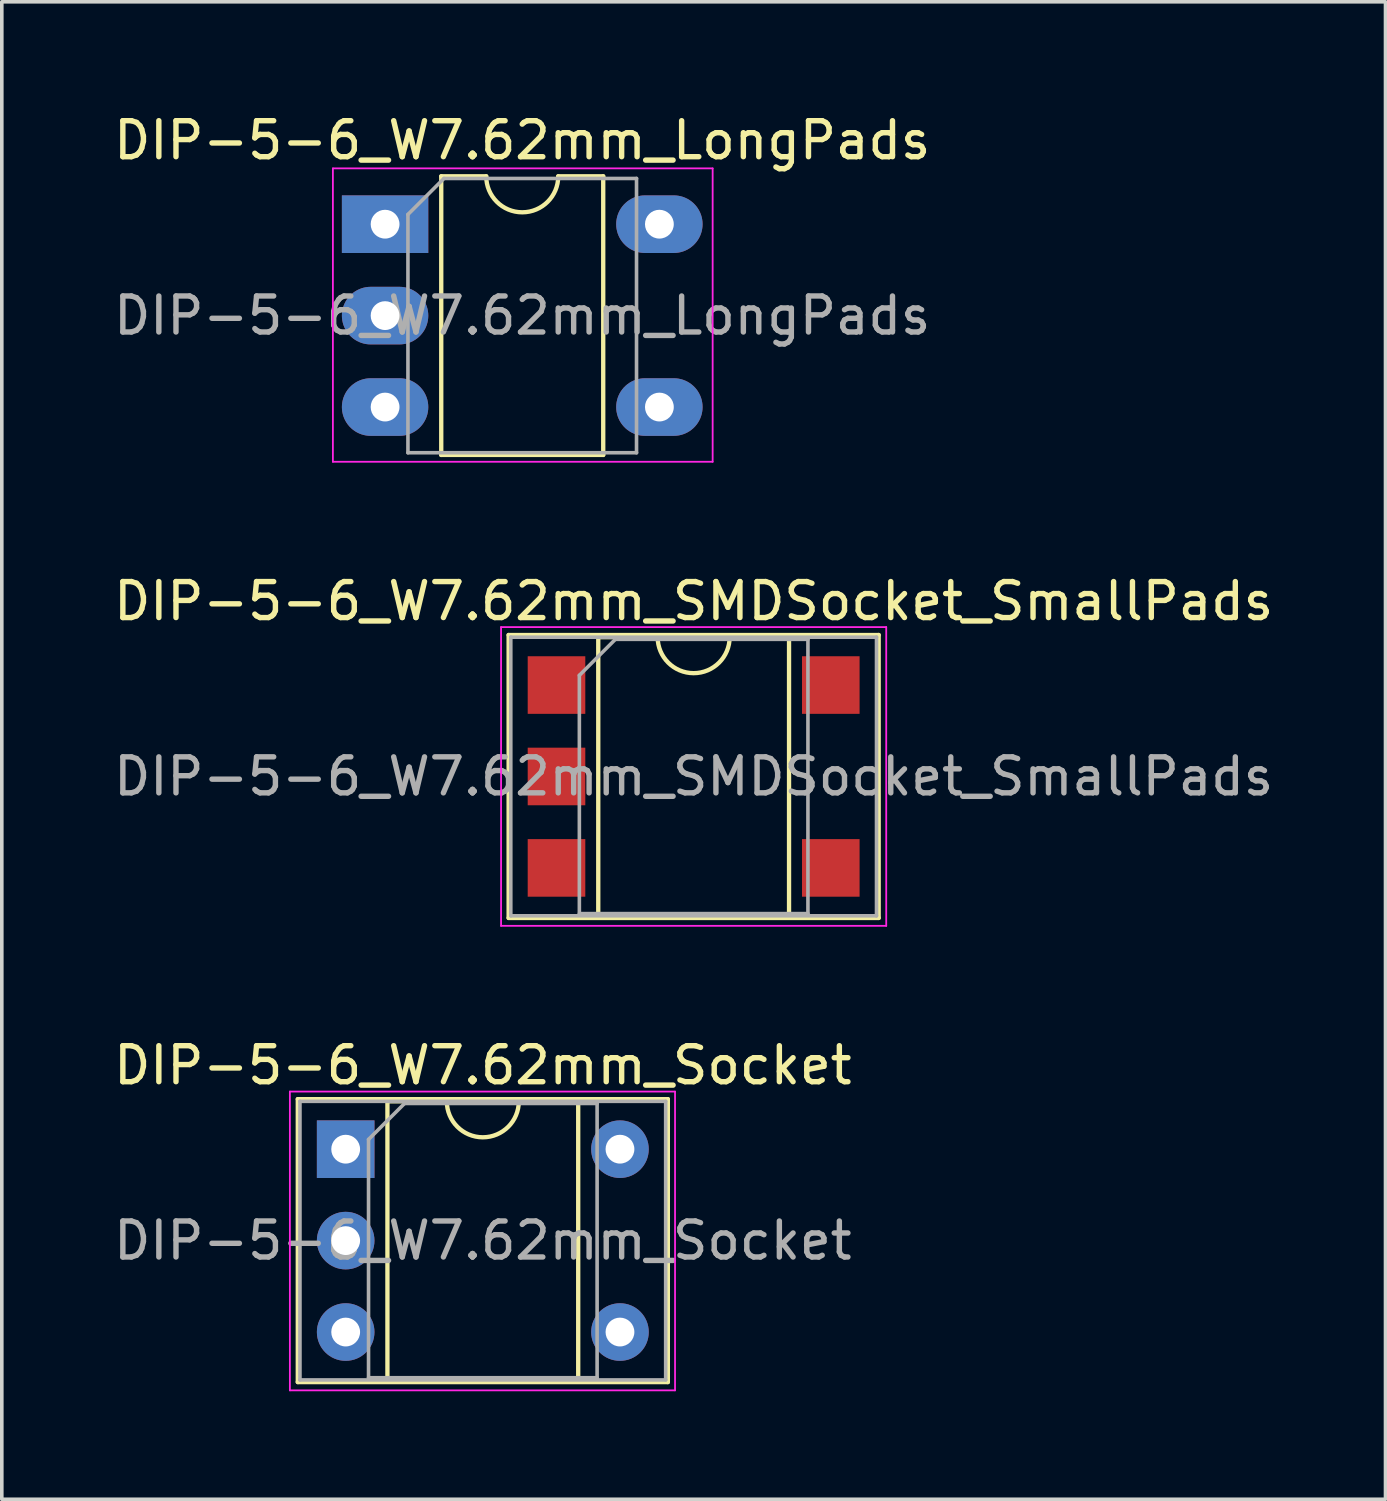
<source format=kicad_pcb>
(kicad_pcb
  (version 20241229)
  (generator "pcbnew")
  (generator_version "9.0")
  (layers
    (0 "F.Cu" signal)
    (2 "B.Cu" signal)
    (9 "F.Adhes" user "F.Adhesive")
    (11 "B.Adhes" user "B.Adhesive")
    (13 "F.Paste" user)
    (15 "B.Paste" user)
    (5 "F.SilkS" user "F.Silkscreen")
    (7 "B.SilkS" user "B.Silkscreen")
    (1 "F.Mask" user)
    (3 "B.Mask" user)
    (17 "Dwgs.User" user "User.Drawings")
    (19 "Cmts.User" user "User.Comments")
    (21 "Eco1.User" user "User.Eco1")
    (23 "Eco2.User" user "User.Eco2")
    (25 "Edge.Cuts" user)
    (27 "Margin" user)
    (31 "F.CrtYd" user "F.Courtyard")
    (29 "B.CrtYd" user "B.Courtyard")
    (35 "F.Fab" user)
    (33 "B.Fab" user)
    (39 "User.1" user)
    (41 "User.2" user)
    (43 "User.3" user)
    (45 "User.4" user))
  (footprint "DIP-5-6_W7.62mm_LongPads"
    (layer "F.Cu")
    (at 7.648 3.178)
    (property "Reference" "DIP-5-6_W7.62mm_LongPads" (at 3.81 -2.33 0) (layer "F.SilkS") (effects (font (size 1 1) (thickness 0.15))))
    (attr through_hole)
    (fp_line (start 1.56 -1.33) (end 1.56 6.41) (stroke (width 0.12) (type solid)) (layer "F.SilkS"))
    (fp_line (start 1.56 6.41) (end 6.06 6.41) (stroke (width 0.12) (type solid)) (layer "F.SilkS"))
    (fp_line (start 2.81 -1.33) (end 1.56 -1.33) (stroke (width 0.12) (type solid)) (layer "F.SilkS"))
    (fp_line (start 6.06 -1.33) (end 4.81 -1.33) (stroke (width 0.12) (type solid)) (layer "F.SilkS"))
    (fp_line (start 6.06 6.41) (end 6.06 -1.33) (stroke (width 0.12) (type solid)) (layer "F.SilkS"))
    (fp_arc (start 4.81 -1.33) (mid 3.81 -0.33) (end 2.81 -1.33) (stroke (width 0.12) (type solid)) (layer "F.SilkS"))
    (fp_line (start -1.45 -1.55) (end -1.45 6.6) (stroke (width 0.05) (type solid)) (layer "F.CrtYd"))
    (fp_line (start -1.45 6.6) (end 9.1 6.6) (stroke (width 0.05) (type solid)) (layer "F.CrtYd"))
    (fp_line (start 9.1 -1.55) (end -1.45 -1.55) (stroke (width 0.05) (type solid)) (layer "F.CrtYd"))
    (fp_line (start 9.1 6.6) (end 9.1 -1.55) (stroke (width 0.05) (type solid)) (layer "F.CrtYd"))
    (fp_line (start 0.635 -0.27) (end 1.635 -1.27) (stroke (width 0.1) (type solid)) (layer "F.Fab"))
    (fp_line (start 0.635 6.35) (end 0.635 -0.27) (stroke (width 0.1) (type solid)) (layer "F.Fab"))
    (fp_line (start 1.635 -1.27) (end 6.985 -1.27) (stroke (width 0.1) (type solid)) (layer "F.Fab"))
    (fp_line (start 6.985 -1.27) (end 6.985 6.35) (stroke (width 0.1) (type solid)) (layer "F.Fab"))
    (fp_line (start 6.985 6.35) (end 0.635 6.35) (stroke (width 0.1) (type solid)) (layer "F.Fab"))
    (fp_text user "${REFERENCE}" (at 3.81 2.54 0) (layer "F.Fab") (effects (font (size 1 1) (thickness 0.15))))
    (pad "1" thru_hole rect (at 0 0) (size 2.4 1.6) (drill 0.8) (layers "*.Cu" "*.Mask"))
    (pad "2" thru_hole oval (at 0 2.54) (size 2.4 1.6) (drill 0.8) (layers "*.Cu" "*.Mask"))
    (pad "3" thru_hole oval (at 0 5.08) (size 2.4 1.6) (drill 0.8) (layers "*.Cu" "*.Mask"))
    (pad "4" thru_hole oval (at 7.62 5.08) (size 2.4 1.6) (drill 0.8) (layers "*.Cu" "*.Mask"))
    (pad "6" thru_hole oval (at 7.62 0) (size 2.4 1.6) (drill 0.8) (layers "*.Cu" "*.Mask")))
  (footprint "DIP-5-6_W7.62mm_Socket"
    (layer "F.Cu")
    (at 6.553 28.875)
    (property "Reference" "DIP-5-6_W7.62mm_Socket" (at 3.81 -2.33 0) (layer "F.SilkS") (effects (font (size 1 1) (thickness 0.15))))
    (attr through_hole)
    (fp_line (start -1.33 -1.39) (end -1.33 6.47) (stroke (width 0.12) (type solid)) (layer "F.SilkS"))
    (fp_line (start -1.33 6.47) (end 8.95 6.47) (stroke (width 0.12) (type solid)) (layer "F.SilkS"))
    (fp_line (start 1.16 -1.33) (end 1.16 6.41) (stroke (width 0.12) (type solid)) (layer "F.SilkS"))
    (fp_line (start 1.16 6.41) (end 6.46 6.41) (stroke (width 0.12) (type solid)) (layer "F.SilkS"))
    (fp_line (start 2.81 -1.33) (end 1.16 -1.33) (stroke (width 0.12) (type solid)) (layer "F.SilkS"))
    (fp_line (start 6.46 -1.33) (end 4.81 -1.33) (stroke (width 0.12) (type solid)) (layer "F.SilkS"))
    (fp_line (start 6.46 6.41) (end 6.46 -1.33) (stroke (width 0.12) (type solid)) (layer "F.SilkS"))
    (fp_line (start 8.95 -1.39) (end -1.33 -1.39) (stroke (width 0.12) (type solid)) (layer "F.SilkS"))
    (fp_line (start 8.95 6.47) (end 8.95 -1.39) (stroke (width 0.12) (type solid)) (layer "F.SilkS"))
    (fp_arc (start 4.81 -1.33) (mid 3.81 -0.33) (end 2.81 -1.33) (stroke (width 0.12) (type solid)) (layer "F.SilkS"))
    (fp_line (start -1.55 -1.6) (end -1.55 6.7) (stroke (width 0.05) (type solid)) (layer "F.CrtYd"))
    (fp_line (start -1.55 6.7) (end 9.15 6.7) (stroke (width 0.05) (type solid)) (layer "F.CrtYd"))
    (fp_line (start 9.15 -1.6) (end -1.55 -1.6) (stroke (width 0.05) (type solid)) (layer "F.CrtYd"))
    (fp_line (start 9.15 6.7) (end 9.15 -1.6) (stroke (width 0.05) (type solid)) (layer "F.CrtYd"))
    (fp_line (start -1.27 -1.33) (end -1.27 6.41) (stroke (width 0.1) (type solid)) (layer "F.Fab"))
    (fp_line (start -1.27 6.41) (end 8.89 6.41) (stroke (width 0.1) (type solid)) (layer "F.Fab"))
    (fp_line (start 0.635 -0.27) (end 1.635 -1.27) (stroke (width 0.1) (type solid)) (layer "F.Fab"))
    (fp_line (start 0.635 6.35) (end 0.635 -0.27) (stroke (width 0.1) (type solid)) (layer "F.Fab"))
    (fp_line (start 1.635 -1.27) (end 6.985 -1.27) (stroke (width 0.1) (type solid)) (layer "F.Fab"))
    (fp_line (start 6.985 -1.27) (end 6.985 6.35) (stroke (width 0.1) (type solid)) (layer "F.Fab"))
    (fp_line (start 6.985 6.35) (end 0.635 6.35) (stroke (width 0.1) (type solid)) (layer "F.Fab"))
    (fp_line (start 8.89 -1.33) (end -1.27 -1.33) (stroke (width 0.1) (type solid)) (layer "F.Fab"))
    (fp_line (start 8.89 6.41) (end 8.89 -1.33) (stroke (width 0.1) (type solid)) (layer "F.Fab"))
    (fp_text user "${REFERENCE}" (at 3.81 2.54 0) (layer "F.Fab") (effects (font (size 1 1) (thickness 0.15))))
    (pad "1" thru_hole rect (at 0 0) (size 1.6 1.6) (drill 0.8) (layers "*.Cu" "*.Mask"))
    (pad "2" thru_hole oval (at 0 2.54) (size 1.6 1.6) (drill 0.8) (layers "*.Cu" "*.Mask"))
    (pad "3" thru_hole oval (at 0 5.08) (size 1.6 1.6) (drill 0.8) (layers "*.Cu" "*.Mask"))
    (pad "4" thru_hole oval (at 7.62 5.08) (size 1.6 1.6) (drill 0.8) (layers "*.Cu" "*.Mask"))
    (pad "6" thru_hole oval (at 7.62 0) (size 1.6 1.6) (drill 0.8) (layers "*.Cu" "*.Mask")))
  (footprint "DIP-5-6_W7.62mm_SMDSocket_SmallPads"
    (layer "F.Cu")
    (at 16.22 18.521)
    (property "Reference" "DIP-5-6_W7.62mm_SMDSocket_SmallPads" (at 0 -4.87 0) (layer "F.SilkS") (effects (font (size 1 1) (thickness 0.15))))
    (attr smd)
    (fp_line (start -5.14 -3.93) (end -5.14 3.93) (stroke (width 0.12) (type solid)) (layer "F.SilkS"))
    (fp_line (start -5.14 3.93) (end 5.14 3.93) (stroke (width 0.12) (type solid)) (layer "F.SilkS"))
    (fp_line (start -2.65 -3.87) (end -2.65 3.87) (stroke (width 0.12) (type solid)) (layer "F.SilkS"))
    (fp_line (start -2.65 3.87) (end 2.65 3.87) (stroke (width 0.12) (type solid)) (layer "F.SilkS"))
    (fp_line (start -1 -3.87) (end -2.65 -3.87) (stroke (width 0.12) (type solid)) (layer "F.SilkS"))
    (fp_line (start 2.65 -3.87) (end 1 -3.87) (stroke (width 0.12) (type solid)) (layer "F.SilkS"))
    (fp_line (start 2.65 3.87) (end 2.65 -3.87) (stroke (width 0.12) (type solid)) (layer "F.SilkS"))
    (fp_line (start 5.14 -3.93) (end -5.14 -3.93) (stroke (width 0.12) (type solid)) (layer "F.SilkS"))
    (fp_line (start 5.14 3.93) (end 5.14 -3.93) (stroke (width 0.12) (type solid)) (layer "F.SilkS"))
    (fp_arc (start 1 -3.87) (mid 0 -2.87) (end -1 -3.87) (stroke (width 0.12) (type solid)) (layer "F.SilkS"))
    (fp_line (start -5.35 -4.15) (end -5.35 4.15) (stroke (width 0.05) (type solid)) (layer "F.CrtYd"))
    (fp_line (start -5.35 4.15) (end 5.35 4.15) (stroke (width 0.05) (type solid)) (layer "F.CrtYd"))
    (fp_line (start 5.35 -4.15) (end -5.35 -4.15) (stroke (width 0.05) (type solid)) (layer "F.CrtYd"))
    (fp_line (start 5.35 4.15) (end 5.35 -4.15) (stroke (width 0.05) (type solid)) (layer "F.CrtYd"))
    (fp_line (start -5.08 -3.87) (end -5.08 3.87) (stroke (width 0.1) (type solid)) (layer "F.Fab"))
    (fp_line (start -5.08 3.87) (end 5.08 3.87) (stroke (width 0.1) (type solid)) (layer "F.Fab"))
    (fp_line (start -3.175 -2.81) (end -2.175 -3.81) (stroke (width 0.1) (type solid)) (layer "F.Fab"))
    (fp_line (start -3.175 3.81) (end -3.175 -2.81) (stroke (width 0.1) (type solid)) (layer "F.Fab"))
    (fp_line (start -2.175 -3.81) (end 3.175 -3.81) (stroke (width 0.1) (type solid)) (layer "F.Fab"))
    (fp_line (start 3.175 -3.81) (end 3.175 3.81) (stroke (width 0.1) (type solid)) (layer "F.Fab"))
    (fp_line (start 3.175 3.81) (end -3.175 3.81) (stroke (width 0.1) (type solid)) (layer "F.Fab"))
    (fp_line (start 5.08 -3.87) (end -5.08 -3.87) (stroke (width 0.1) (type solid)) (layer "F.Fab"))
    (fp_line (start 5.08 3.87) (end 5.08 -3.87) (stroke (width 0.1) (type solid)) (layer "F.Fab"))
    (fp_text user "${REFERENCE}" (at 0 0 0) (layer "F.Fab") (effects (font (size 1 1) (thickness 0.15))))
    (pad "1" smd rect (at -3.81 -2.54) (size 1.6 1.6) (layers "F.Cu" "F.Mask" "F.Paste"))
    (pad "2" smd rect (at -3.81 0) (size 1.6 1.6) (layers "F.Cu" "F.Mask" "F.Paste"))
    (pad "3" smd rect (at -3.81 2.54) (size 1.6 1.6) (layers "F.Cu" "F.Mask" "F.Paste"))
    (pad "4" smd rect (at 3.81 2.54) (size 1.6 1.6) (layers "F.Cu" "F.Mask" "F.Paste"))
    (pad "6" smd rect (at 3.81 -2.54) (size 1.6 1.6) (layers "F.Cu" "F.Mask" "F.Paste")))
  (gr_rect
    (start -3 -3)
    (end 35.44 38.6)
    (stroke (width 0.1) (type default))
    (fill no)
    (layer "Edge.Cuts")))
</source>
